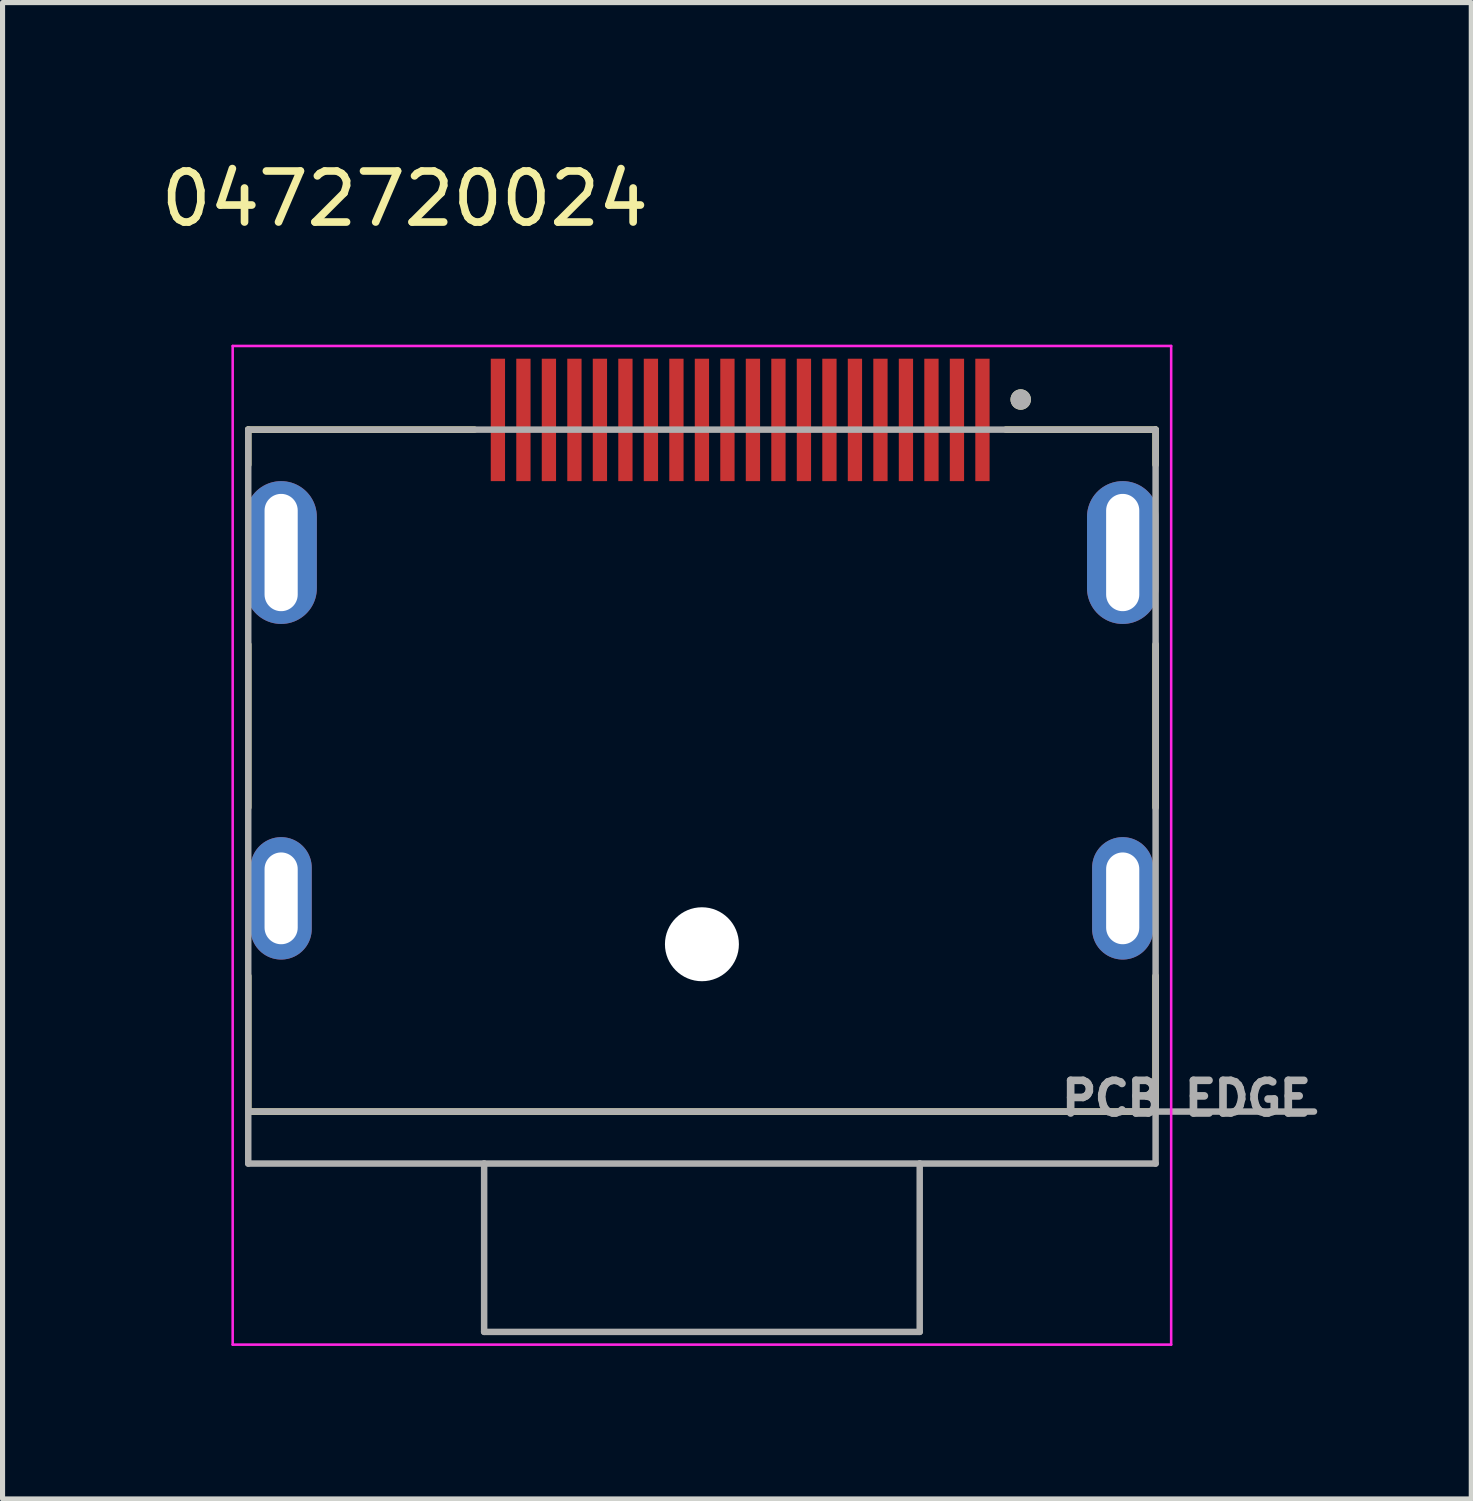
<source format=kicad_pcb>
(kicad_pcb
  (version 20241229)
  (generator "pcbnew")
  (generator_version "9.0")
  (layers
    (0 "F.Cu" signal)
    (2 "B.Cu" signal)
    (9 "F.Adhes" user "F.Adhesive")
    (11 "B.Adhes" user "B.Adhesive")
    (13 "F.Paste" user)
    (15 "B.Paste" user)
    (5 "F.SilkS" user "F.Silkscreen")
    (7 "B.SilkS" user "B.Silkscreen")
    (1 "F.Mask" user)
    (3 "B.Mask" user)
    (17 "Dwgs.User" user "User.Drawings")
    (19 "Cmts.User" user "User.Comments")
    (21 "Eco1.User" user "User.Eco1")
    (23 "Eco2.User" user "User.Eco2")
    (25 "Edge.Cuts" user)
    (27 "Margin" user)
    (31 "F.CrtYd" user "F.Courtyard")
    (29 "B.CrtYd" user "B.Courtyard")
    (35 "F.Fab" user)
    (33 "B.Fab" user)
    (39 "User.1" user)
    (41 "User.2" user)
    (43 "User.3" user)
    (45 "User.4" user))
  (footprint "0472720024"
    (layer "F.Cu")
    (at 10.712 7.783)
    (property "Reference" "0472720024" (at -5.825 -6.935 0) (layer "F.SilkS") (effects (font (size 1 1) (thickness 0.15))))
    (attr smd)
    (fp_line (start -8.895 -2.41) (end -8.895 -1.72) (stroke (width 0.127) (type solid)) (layer "F.SilkS"))
    (fp_line (start -8.895 1.8) (end -8.895 5) (stroke (width 0.127) (type solid)) (layer "F.SilkS"))
    (fp_line (start -8.895 8.3) (end -8.895 10.96) (stroke (width 0.127) (type solid)) (layer "F.SilkS"))
    (fp_line (start -8.895 10.96) (end 8.895 10.96) (stroke (width 0.127) (type solid)) (layer "F.SilkS"))
    (fp_line (start -4.46 -2.41) (end -8.895 -2.41) (stroke (width 0.127) (type solid)) (layer "F.SilkS"))
    (fp_line (start 5.96 -2.41) (end 8.895 -2.41) (stroke (width 0.127) (type solid)) (layer "F.SilkS"))
    (fp_line (start 8.895 -2.41) (end 8.895 -1.72) (stroke (width 0.127) (type solid)) (layer "F.SilkS"))
    (fp_line (start 8.895 1.8) (end 8.895 5) (stroke (width 0.127) (type solid)) (layer "F.SilkS"))
    (fp_line (start 8.895 10.96) (end 8.895 8.3) (stroke (width 0.127) (type solid)) (layer "F.SilkS"))
    (fp_circle (center 6.25 -3) (end 6.35 -3) (stroke (width 0.2) (type solid)) (fill no) (layer "F.SilkS"))
    (fp_line (start -9.2 -4.05) (end 9.2 -4.05) (stroke (width 0.05) (type solid)) (layer "F.CrtYd"))
    (fp_line (start -9.2 15.53) (end -9.2 -4.05) (stroke (width 0.05) (type solid)) (layer "F.CrtYd"))
    (fp_line (start 9.2 -4.05) (end 9.2 15.53) (stroke (width 0.05) (type solid)) (layer "F.CrtYd"))
    (fp_line (start 9.2 15.53) (end -9.2 15.53) (stroke (width 0.05) (type solid)) (layer "F.CrtYd"))
    (fp_line (start -8.895 -2.41) (end 8.895 -2.41) (stroke (width 0.127) (type solid)) (layer "F.Fab"))
    (fp_line (start -8.895 10.96) (end -8.895 -2.41) (stroke (width 0.127) (type solid)) (layer "F.Fab"))
    (fp_line (start -8.895 10.96) (end 12 10.96) (stroke (width 0.127) (type solid)) (layer "F.Fab"))
    (fp_line (start -8.895 11.98) (end -8.895 10.96) (stroke (width 0.127) (type solid)) (layer "F.Fab"))
    (fp_line (start -4.27 11.98) (end -8.895 11.98) (stroke (width 0.127) (type solid)) (layer "F.Fab"))
    (fp_line (start -4.27 11.98) (end -4.27 15.28) (stroke (width 0.127) (type solid)) (layer "F.Fab"))
    (fp_line (start -4.27 15.28) (end 4.27 15.28) (stroke (width 0.127) (type solid)) (layer "F.Fab"))
    (fp_line (start 4.27 11.98) (end -4.27 11.98) (stroke (width 0.127) (type solid)) (layer "F.Fab"))
    (fp_line (start 4.27 15.28) (end 4.27 11.98) (stroke (width 0.127) (type solid)) (layer "F.Fab"))
    (fp_line (start 8.895 -2.41) (end 8.895 11.98) (stroke (width 0.127) (type solid)) (layer "F.Fab"))
    (fp_line (start 8.895 11.98) (end 4.27 11.98) (stroke (width 0.127) (type solid)) (layer "F.Fab"))
    (fp_circle (center 6.25 -3) (end 6.35 -3) (stroke (width 0.2) (type solid)) (fill no) (layer "F.Fab"))
    (fp_text user "PCB EDGE" (at 9.5 10.7 0) (layer "F.Fab") (effects (font (size 0.64 0.64) (thickness 0.15))))
    (pad "" np_thru_hole circle (at 0 7.68) (size 1.45 1.45) (drill 1.45) (layers "*.Cu" "*.Mask"))
    (pad "1" smd rect (at 5.5 -2.6) (size 0.28 2.4) (layers "F.Cu" "F.Mask" "F.Paste"))
    (pad "2" smd rect (at 5 -2.6) (size 0.28 2.4) (layers "F.Cu" "F.Mask" "F.Paste"))
    (pad "3" smd rect (at 4.5 -2.6) (size 0.28 2.4) (layers "F.Cu" "F.Mask" "F.Paste"))
    (pad "4" smd rect (at 4 -2.6) (size 0.28 2.4) (layers "F.Cu" "F.Mask" "F.Paste"))
    (pad "5" smd rect (at 3.5 -2.6) (size 0.28 2.4) (layers "F.Cu" "F.Mask" "F.Paste"))
    (pad "6" smd rect (at 3 -2.6) (size 0.28 2.4) (layers "F.Cu" "F.Mask" "F.Paste"))
    (pad "7" smd rect (at 2.5 -2.6) (size 0.28 2.4) (layers "F.Cu" "F.Mask" "F.Paste"))
    (pad "8" smd rect (at 2 -2.6) (size 0.28 2.4) (layers "F.Cu" "F.Mask" "F.Paste"))
    (pad "9" smd rect (at 1.5 -2.6) (size 0.28 2.4) (layers "F.Cu" "F.Mask" "F.Paste"))
    (pad "10" smd rect (at 1 -2.6) (size 0.28 2.4) (layers "F.Cu" "F.Mask" "F.Paste"))
    (pad "11" smd rect (at 0.5 -2.6) (size 0.28 2.4) (layers "F.Cu" "F.Mask" "F.Paste"))
    (pad "12" smd rect (at 0 -2.6) (size 0.28 2.4) (layers "F.Cu" "F.Mask" "F.Paste"))
    (pad "13" smd rect (at -0.5 -2.6) (size 0.28 2.4) (layers "F.Cu" "F.Mask" "F.Paste"))
    (pad "14" smd rect (at -1 -2.6) (size 0.28 2.4) (layers "F.Cu" "F.Mask" "F.Paste"))
    (pad "15" smd rect (at -1.5 -2.6) (size 0.28 2.4) (layers "F.Cu" "F.Mask" "F.Paste"))
    (pad "16" smd rect (at -2 -2.6) (size 0.28 2.4) (layers "F.Cu" "F.Mask" "F.Paste"))
    (pad "17" smd rect (at -2.5 -2.6) (size 0.28 2.4) (layers "F.Cu" "F.Mask" "F.Paste"))
    (pad "18" smd rect (at -3 -2.6) (size 0.28 2.4) (layers "F.Cu" "F.Mask" "F.Paste"))
    (pad "19" smd rect (at -3.5 -2.6) (size 0.28 2.4) (layers "F.Cu" "F.Mask" "F.Paste"))
    (pad "20" smd rect (at -4 -2.6) (size 0.28 2.4) (layers "F.Cu" "F.Mask" "F.Paste"))
    (pad "S1" thru_hole oval (at -8.25 0) (size 1.4 2.8) (drill oval 0.65 2.3) (layers "*.Cu" "*.Mask"))
    (pad "S2" thru_hole oval (at 8.25 0) (size 1.4 2.8) (drill oval 0.65 2.3) (layers "*.Cu" "*.Mask"))
    (pad "S3" thru_hole oval (at -8.25 6.78) (size 1.2 2.4) (drill oval 0.65 1.8) (layers "*.Cu" "*.Mask"))
    (pad "S4" thru_hole oval (at 8.25 6.78) (size 1.2 2.4) (drill oval 0.65 1.8) (layers "*.Cu" "*.Mask")))
  (gr_rect
    (start -3 -3)
    (end 25.796 26.338)
    (stroke (width 0.1) (type default))
    (fill no)
    (layer "Edge.Cuts")))
</source>
